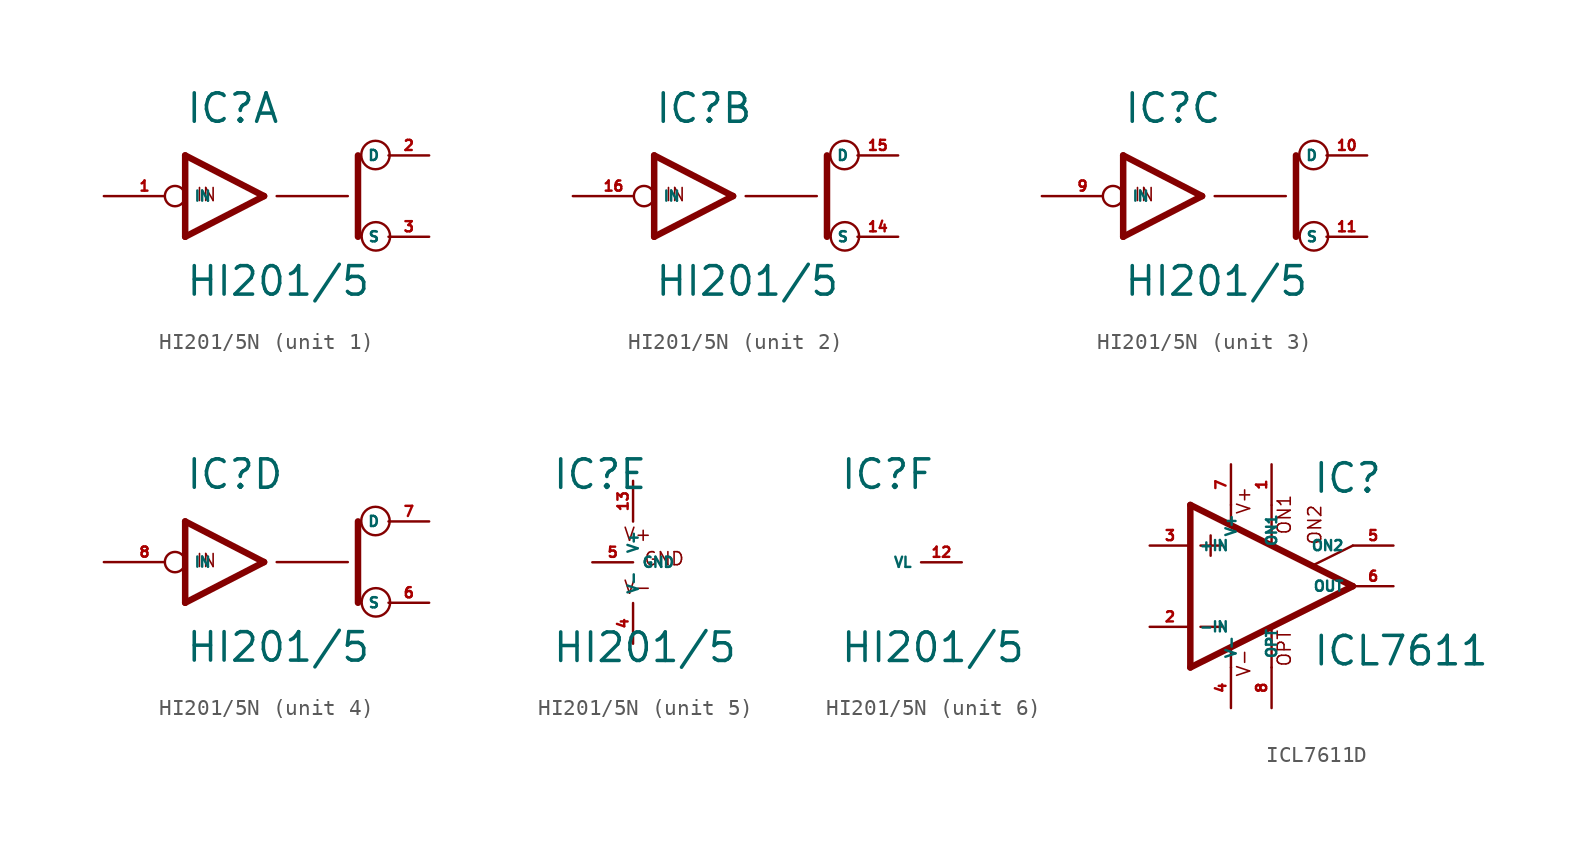
<source format=kicad_sym>
(kicad_symbol_lib
  (version 20220914)
  (generator Eagle2Kicad)
  (symbol "HI201/5N"
    (property "Reference" "IC"
      (at -5.08 4.445 0)
      (effects (font (size 1.778 1.778) (thickness 0.22)) (justify left bottom)))
    (property "Value" "HI201/5"
      (at -5.08 -6.35 0)
      (effects (font (size 1.778 1.778) (thickness 0.22)) (justify left bottom)))
    (symbol "HI201/5N_1_0"
      (polyline (pts (xy -0.152 0) (xy -5.08 2.54)) (stroke (width 0.406) (type default)) (fill (type none)))
      (polyline (pts (xy -5.08 -2.54) (xy -0.152 0)) (stroke (width 0.406) (type default)) (fill (type none)))
      (polyline (pts (xy -5.08 2.54) (xy -5.08 -2.54)) (stroke (width 0.406) (type default)) (fill (type none)))
      (polyline (pts (xy 5.715 -2.54) (xy 5.715 2.54)) (stroke (width 0.406) (type default)) (fill (type none)))
      (polyline (pts (xy 0.635 0) (xy 5.08 0)) (stroke (width 0.152) (type default)) (fill (type none)))
      (text "IN" (at -4.445 -0.381 0) (effects (font (size 0.813 0.813) (thickness 0.10)) (justify left bottom)))
      (circle (center 6.833 -2.515) (radius 0.889) (stroke (width 0.152) (type default)) (fill (type none)))
      (circle (center 6.807 2.565) (radius 0.889) (stroke (width 0.152) (type default)) (fill (type none)))
      (pin bidirectional line (at 10.16 2.54 180) (length 2.54) (name "D" (effects (font (size 0.635 0.635) (thickness 0.08)) (justify left bottom))) (number "2" (effects (font (size 0.635 0.635) (thickness 0.08)) (justify left bottom))))
      (pin input inverted (at -10.16 0 0) (length 5.08) (name "IN" (effects (font (size 0.635 0.635) (thickness 0.08)) (justify left bottom))) (number "1" (effects (font (size 0.635 0.635) (thickness 0.08)) (justify left bottom))))
      (pin bidirectional line (at 10.16 -2.54 180) (length 2.54) (name "S" (effects (font (size 0.635 0.635) (thickness 0.08)) (justify left bottom))) (number "3" (effects (font (size 0.635 0.635) (thickness 0.08)) (justify left bottom)))))
    (symbol "HI201/5N_2_0"
      (polyline (pts (xy -0.152 0) (xy -5.08 2.54)) (stroke (width 0.406) (type default)) (fill (type none)))
      (polyline (pts (xy -5.08 -2.54) (xy -0.152 0)) (stroke (width 0.406) (type default)) (fill (type none)))
      (polyline (pts (xy -5.08 2.54) (xy -5.08 -2.54)) (stroke (width 0.406) (type default)) (fill (type none)))
      (polyline (pts (xy 5.715 -2.54) (xy 5.715 2.54)) (stroke (width 0.406) (type default)) (fill (type none)))
      (polyline (pts (xy 0.635 0) (xy 5.08 0)) (stroke (width 0.152) (type default)) (fill (type none)))
      (text "IN" (at -4.445 -0.381 0) (effects (font (size 0.813 0.813) (thickness 0.10)) (justify left bottom)))
      (circle (center 6.833 -2.515) (radius 0.889) (stroke (width 0.152) (type default)) (fill (type none)))
      (circle (center 6.807 2.565) (radius 0.889) (stroke (width 0.152) (type default)) (fill (type none)))
      (pin bidirectional line (at 10.16 2.54 180) (length 2.54) (name "D" (effects (font (size 0.635 0.635) (thickness 0.08)) (justify left bottom))) (number "15" (effects (font (size 0.635 0.635) (thickness 0.08)) (justify left bottom))))
      (pin input inverted (at -10.16 0 0) (length 5.08) (name "IN" (effects (font (size 0.635 0.635) (thickness 0.08)) (justify left bottom))) (number "16" (effects (font (size 0.635 0.635) (thickness 0.08)) (justify left bottom))))
      (pin bidirectional line (at 10.16 -2.54 180) (length 2.54) (name "S" (effects (font (size 0.635 0.635) (thickness 0.08)) (justify left bottom))) (number "14" (effects (font (size 0.635 0.635) (thickness 0.08)) (justify left bottom)))))
    (symbol "HI201/5N_3_0"
      (polyline (pts (xy -0.152 0) (xy -5.08 2.54)) (stroke (width 0.406) (type default)) (fill (type none)))
      (polyline (pts (xy -5.08 -2.54) (xy -0.152 0)) (stroke (width 0.406) (type default)) (fill (type none)))
      (polyline (pts (xy -5.08 2.54) (xy -5.08 -2.54)) (stroke (width 0.406) (type default)) (fill (type none)))
      (polyline (pts (xy 5.715 -2.54) (xy 5.715 2.54)) (stroke (width 0.406) (type default)) (fill (type none)))
      (polyline (pts (xy 0.635 0) (xy 5.08 0)) (stroke (width 0.152) (type default)) (fill (type none)))
      (text "IN" (at -4.445 -0.381 0) (effects (font (size 0.813 0.813) (thickness 0.10)) (justify left bottom)))
      (circle (center 6.833 -2.515) (radius 0.889) (stroke (width 0.152) (type default)) (fill (type none)))
      (circle (center 6.807 2.565) (radius 0.889) (stroke (width 0.152) (type default)) (fill (type none)))
      (pin bidirectional line (at 10.16 2.54 180) (length 2.54) (name "D" (effects (font (size 0.635 0.635) (thickness 0.08)) (justify left bottom))) (number "10" (effects (font (size 0.635 0.635) (thickness 0.08)) (justify left bottom))))
      (pin input inverted (at -10.16 0 0) (length 5.08) (name "IN" (effects (font (size 0.635 0.635) (thickness 0.08)) (justify left bottom))) (number "9" (effects (font (size 0.635 0.635) (thickness 0.08)) (justify left bottom))))
      (pin bidirectional line (at 10.16 -2.54 180) (length 2.54) (name "S" (effects (font (size 0.635 0.635) (thickness 0.08)) (justify left bottom))) (number "11" (effects (font (size 0.635 0.635) (thickness 0.08)) (justify left bottom)))))
    (symbol "HI201/5N_4_0"
      (polyline (pts (xy -0.152 0) (xy -5.08 2.54)) (stroke (width 0.406) (type default)) (fill (type none)))
      (polyline (pts (xy -5.08 -2.54) (xy -0.152 0)) (stroke (width 0.406) (type default)) (fill (type none)))
      (polyline (pts (xy -5.08 2.54) (xy -5.08 -2.54)) (stroke (width 0.406) (type default)) (fill (type none)))
      (polyline (pts (xy 5.715 -2.54) (xy 5.715 2.54)) (stroke (width 0.406) (type default)) (fill (type none)))
      (polyline (pts (xy 0.635 0) (xy 5.08 0)) (stroke (width 0.152) (type default)) (fill (type none)))
      (text "IN" (at -4.445 -0.381 0) (effects (font (size 0.813 0.813) (thickness 0.10)) (justify left bottom)))
      (circle (center 6.833 -2.515) (radius 0.889) (stroke (width 0.152) (type default)) (fill (type none)))
      (circle (center 6.807 2.565) (radius 0.889) (stroke (width 0.152) (type default)) (fill (type none)))
      (pin bidirectional line (at 10.16 2.54 180) (length 2.54) (name "D" (effects (font (size 0.635 0.635) (thickness 0.08)) (justify left bottom))) (number "7" (effects (font (size 0.635 0.635) (thickness 0.08)) (justify left bottom))))
      (pin input inverted (at -10.16 0 0) (length 5.08) (name "IN" (effects (font (size 0.635 0.635) (thickness 0.08)) (justify left bottom))) (number "8" (effects (font (size 0.635 0.635) (thickness 0.08)) (justify left bottom))))
      (pin bidirectional line (at 10.16 -2.54 180) (length 2.54) (name "S" (effects (font (size 0.635 0.635) (thickness 0.08)) (justify left bottom))) (number "6" (effects (font (size 0.635 0.635) (thickness 0.08)) (justify left bottom)))))
    (symbol "HI201/5N_5_0"
      (text "V+" (at -0.635 1.27 0) (effects (font (size 0.813 0.813) (thickness 0.10)) (justify left bottom)))
      (text "V-" (at -0.635 -2.032 0) (effects (font (size 0.813 0.813) (thickness 0.10)) (justify left bottom)))
      (text "GND" (at 0.635 -0.254 0) (effects (font (size 0.813 0.813) (thickness 0.10)) (justify left bottom)))
      (pin unspecified line (at 0 5.08 270) (length 2.54) (name "V+" (effects (font (size 0.635 0.635) (thickness 0.08)) (justify left bottom))) (number "13" (effects (font (size 0.635 0.635) (thickness 0.08)) (justify left bottom))))
      (pin unspecified line (at 0 -5.08 90) (length 2.54) (name "V-" (effects (font (size 0.635 0.635) (thickness 0.08)) (justify left bottom))) (number "4" (effects (font (size 0.635 0.635) (thickness 0.08)) (justify left bottom))))
      (pin unspecified line (at -2.54 0 0) (length 2.54) (name "GND" (effects (font (size 0.635 0.635) (thickness 0.08)) (justify left bottom))) (number "5" (effects (font (size 0.635 0.635) (thickness 0.08)) (justify left bottom)))))
    (symbol "HI201/5N_6_0"
      (pin input line (at 2.54 0 180) (length 2.54) (name "VL" (effects (font (size 0.635 0.635) (thickness 0.08)) (justify left bottom))) (number "12" (effects (font (size 0.635 0.635) (thickness 0.08)) (justify left bottom))))))
  (symbol "ICL7611D"
    (property "Reference" "IC"
      (at 2.54 5.715 0)
      (effects (font (size 1.778 1.778) (thickness 0.22)) (justify left bottom)))
    (property "Value" "ICL7611"
      (at 2.54 -5.08 0)
      (effects (font (size 1.778 1.778) (thickness 0.22)) (justify left bottom)))
    (polyline
      (pts (xy -3.81 3.175) (xy -3.81 1.905))
      (stroke (width 0.152) (type default))
      (fill (type none)))
    (polyline
      (pts (xy -4.445 2.54) (xy -3.175 2.54))
      (stroke (width 0.152) (type default))
      (fill (type none)))
    (polyline
      (pts (xy -4.445 -2.54) (xy -3.175 -2.54))
      (stroke (width 0.152) (type default))
      (fill (type none)))
    (polyline
      (pts (xy -2.54 5.08) (xy -2.54 3.886))
      (stroke (width 0.152) (type default))
      (fill (type none)))
    (polyline
      (pts (xy 0 5.055) (xy 0 2.616))
      (stroke (width 0.152) (type default))
      (fill (type none)))
    (polyline
      (pts (xy 0 -2.616) (xy 0 -5.08))
      (stroke (width 0.152) (type default))
      (fill (type none)))
    (polyline
      (pts (xy -2.54 -3.912) (xy -2.54 -5.08))
      (stroke (width 0.152) (type default))
      (fill (type none)))
    (polyline
      (pts (xy 5.08 2.54) (xy 2.616 1.321))
      (stroke (width 0.152) (type default))
      (fill (type none)))
    (polyline
      (pts (xy 5.08 0) (xy -5.08 5.08))
      (stroke (width 0.406) (type default))
      (fill (type none)))
    (polyline
      (pts (xy -5.08 5.08) (xy -5.08 -5.08))
      (stroke (width 0.406) (type default))
      (fill (type none)))
    (polyline
      (pts (xy -5.08 -5.08) (xy 5.08 0))
      (stroke (width 0.406) (type default))
      (fill (type none)))
    (text "ON1"
      (at 1.27 3.175 900)
      (effects (font (size 0.813 0.813) (thickness 0.10)) (justify left bottom)))
    (text "ON2"
      (at 3.175 2.54 900)
      (effects (font (size 0.813 0.813) (thickness 0.10)) (justify left bottom)))
    (text "OPT"
      (at 1.27 -5.08 900)
      (effects (font (size 0.813 0.813) (thickness 0.10)) (justify left bottom)))
    (text "V+"
      (at -1.27 4.445 900)
      (effects (font (size 0.813 0.813) (thickness 0.10)) (justify left bottom)))
    (text "V-"
      (at -1.27 -5.715 900)
      (effects (font (size 0.813 0.813) (thickness 0.10)) (justify left bottom)))
    (pin passive line
      (at 7.62 2.54 180)
      (length 2.54)
      (name "ON2" (effects (font (size 0.635 0.635) (thickness 0.08)) (justify left bottom)))
      (number "5" (effects (font (size 0.635 0.635) (thickness 0.08)) (justify left bottom))))
    (pin passive line
      (at 0 7.62 270)
      (length 2.54)
      (name "ON1" (effects (font (size 0.635 0.635) (thickness 0.08)) (justify left bottom)))
      (number "1" (effects (font (size 0.635 0.635) (thickness 0.08)) (justify left bottom))))
    (pin input line
      (at -7.62 -2.54 0)
      (length 2.54)
      (name "-IN" (effects (font (size 0.635 0.635) (thickness 0.08)) (justify left bottom)))
      (number "2" (effects (font (size 0.635 0.635) (thickness 0.08)) (justify left bottom))))
    (pin input line
      (at -7.62 2.54 0)
      (length 2.54)
      (name "+IN" (effects (font (size 0.635 0.635) (thickness 0.08)) (justify left bottom)))
      (number "3" (effects (font (size 0.635 0.635) (thickness 0.08)) (justify left bottom))))
    (pin output line
      (at 7.62 0 180)
      (length 2.54)
      (name "OUT" (effects (font (size 0.635 0.635) (thickness 0.08)) (justify left bottom)))
      (number "6" (effects (font (size 0.635 0.635) (thickness 0.08)) (justify left bottom))))
    (pin passive line
      (at 0 -7.62 90)
      (length 2.54)
      (name "OPT" (effects (font (size 0.635 0.635) (thickness 0.08)) (justify left bottom)))
      (number "8" (effects (font (size 0.635 0.635) (thickness 0.08)) (justify left bottom))))
    (pin unspecified line
      (at -2.54 7.62 270)
      (length 2.54)
      (name "V+" (effects (font (size 0.635 0.635) (thickness 0.08)) (justify left bottom)))
      (number "7" (effects (font (size 0.635 0.635) (thickness 0.08)) (justify left bottom))))
    (pin unspecified line
      (at -2.54 -7.62 90)
      (length 2.54)
      (name "V-" (effects (font (size 0.635 0.635) (thickness 0.08)) (justify left bottom)))
      (number "4" (effects (font (size 0.635 0.635) (thickness 0.08)) (justify left bottom))))))
</source>
